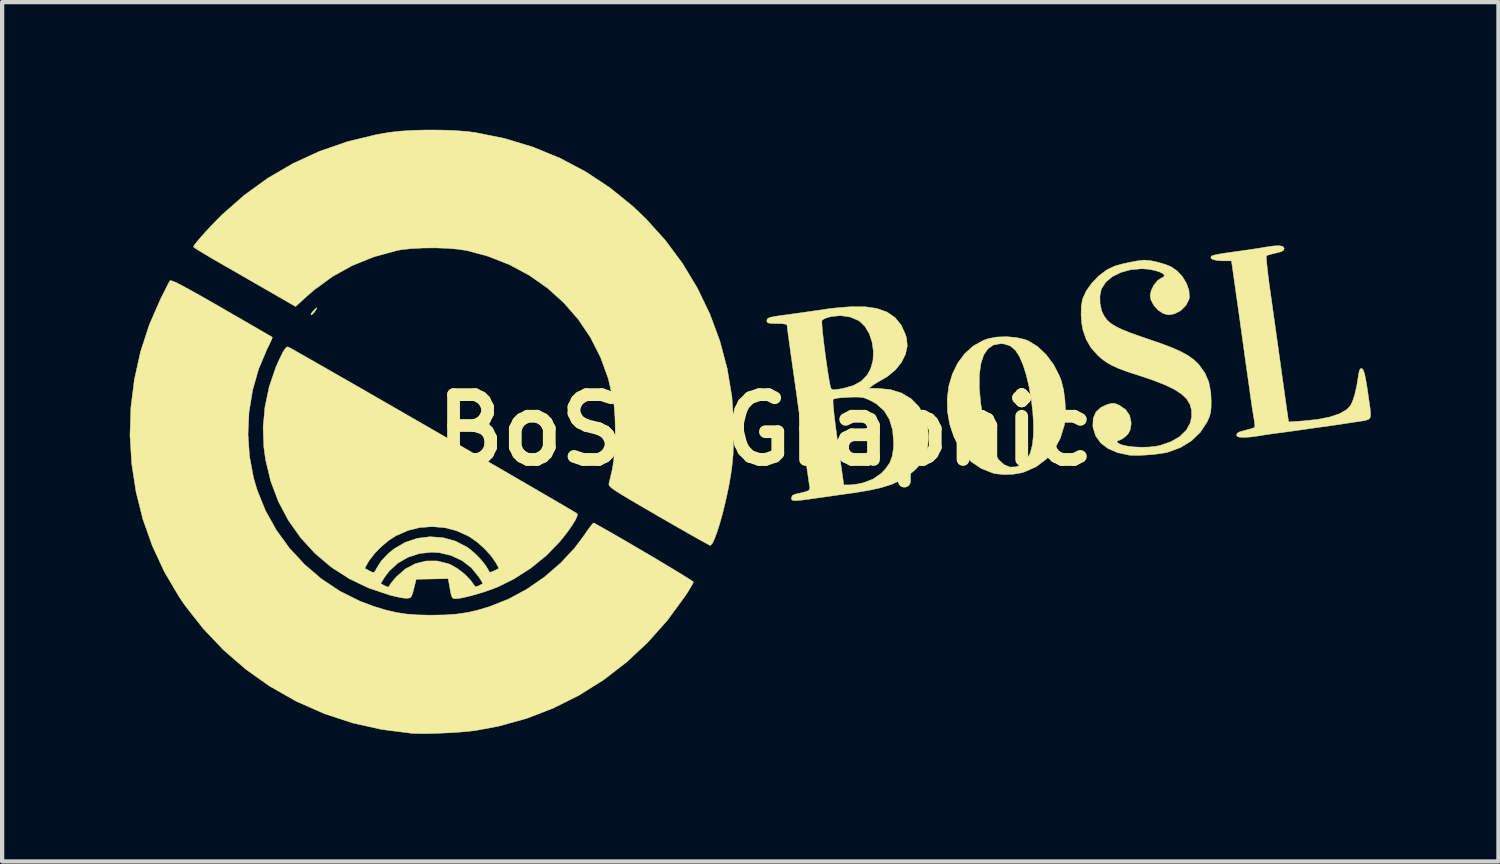
<source format=kicad_pcb>
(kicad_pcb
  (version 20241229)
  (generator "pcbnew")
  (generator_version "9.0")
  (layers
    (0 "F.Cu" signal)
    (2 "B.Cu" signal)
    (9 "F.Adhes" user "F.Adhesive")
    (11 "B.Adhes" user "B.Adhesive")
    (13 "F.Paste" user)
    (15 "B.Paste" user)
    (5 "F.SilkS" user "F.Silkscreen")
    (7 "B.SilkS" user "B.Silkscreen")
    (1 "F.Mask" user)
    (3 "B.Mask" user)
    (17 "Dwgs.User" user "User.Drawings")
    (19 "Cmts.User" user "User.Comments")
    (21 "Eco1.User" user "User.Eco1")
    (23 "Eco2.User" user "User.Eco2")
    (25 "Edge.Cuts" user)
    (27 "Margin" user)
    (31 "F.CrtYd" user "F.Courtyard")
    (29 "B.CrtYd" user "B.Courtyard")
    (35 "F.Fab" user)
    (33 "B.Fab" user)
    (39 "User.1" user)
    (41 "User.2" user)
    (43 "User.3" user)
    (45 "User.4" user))
  (footprint "BoSL_Graphic"
    (layer "F.Cu")
    (at 14.94 7.06)
    (property "Reference" "BoSL_Graphic" (at 0 0 0) (layer "F.SilkS") (effects (font (size 1.524 1.524) (thickness 0.3))))
    (attr through_hole)
    (fp_poly (pts (xy -10.55 -2.854) (xy -10.585 -2.796) (xy -10.586 -2.794) (xy -10.637 -2.733) (xy -10.678 -2.709) (xy -10.682 -2.73) (xy -10.646 -2.781) (xy -10.634 -2.794) (xy -10.578 -2.851) (xy -10.544 -2.878) (xy -10.543 -2.879) (xy -10.55 -2.854)) (stroke (width 0.01) (type solid)) (fill yes) (layer "F.SilkS"))
    (fp_poly (pts (xy 5.894 -2.177) (xy 6.096 -2.132) (xy 6.178 -2.1) (xy 6.398 -1.965) (xy 6.599 -1.774) (xy 6.774 -1.54) (xy 6.911 -1.273) (xy 6.957 -1.151) (xy 7.006 -0.954) (xy 7.038 -0.723) (xy 7.052 -0.484) (xy 7.046 -0.263) (xy 7.027 -0.121) (xy 6.931 0.191) (xy 6.787 0.461) (xy 6.596 0.686) (xy 6.362 0.86) (xy 6.088 0.982) (xy 6.016 1.003) (xy 5.821 1.037) (xy 5.609 1.044) (xy 5.413 1.025) (xy 5.351 1.011) (xy 5.072 0.901) (xy 4.831 0.737) (xy 4.633 0.523) (xy 4.585 0.454) (xy 4.433 0.165) (xy 4.331 -0.137) (xy 4.278 -0.445) (xy 4.273 -0.75) (xy 4.307 -1.002) (xy 5.027 -1.002) (xy 5.058 -0.643) (xy 5.1 -0.361) (xy 5.172 -0.015) (xy 5.261 0.278) (xy 5.364 0.514) (xy 5.48 0.692) (xy 5.609 0.811) (xy 5.747 0.868) (xy 5.893 0.862) (xy 6.046 0.79) (xy 6.06 0.78) (xy 6.145 0.688) (xy 6.219 0.548) (xy 6.229 0.523) (xy 6.276 0.34) (xy 6.299 0.11) (xy 6.3 -0.152) (xy 6.283 -0.436) (xy 6.248 -0.728) (xy 6.197 -1.016) (xy 6.133 -1.288) (xy 6.057 -1.53) (xy 5.97 -1.731) (xy 5.876 -1.877) (xy 5.871 -1.883) (xy 5.75 -1.982) (xy 5.603 -2.027) (xy 5.521 -2.032) (xy 5.36 -2.002) (xy 5.23 -1.913) (xy 5.131 -1.767) (xy 5.064 -1.566) (xy 5.03 -1.31) (xy 5.027 -1.002) (xy 4.307 -1.002) (xy 4.312 -1.046) (xy 4.396 -1.324) (xy 4.52 -1.577) (xy 4.684 -1.798) (xy 4.885 -1.978) (xy 5.122 -2.11) (xy 5.244 -2.153) (xy 5.442 -2.189) (xy 5.668 -2.197) (xy 5.894 -2.177)) (stroke (width 0.01) (type solid)) (fill yes) (layer "F.SilkS"))
    (fp_poly (pts (xy -7.634 -7.053) (xy -7.309 -7.042) (xy -7.017 -7.02) (xy -6.824 -6.996) (xy -6.13 -6.856) (xy -5.464 -6.654) (xy -4.826 -6.392) (xy -4.221 -6.072) (xy -3.65 -5.694) (xy -3.115 -5.26) (xy -2.816 -4.975) (xy -2.355 -4.466) (xy -1.949 -3.919) (xy -1.599 -3.339) (xy -1.306 -2.731) (xy -1.072 -2.1) (xy -0.899 -1.45) (xy -0.788 -0.786) (xy -0.741 -0.112) (xy -0.759 0.567) (xy -0.782 0.806) (xy -0.811 1.028) (xy -0.852 1.268) (xy -0.902 1.515) (xy -0.958 1.76) (xy -1.017 1.995) (xy -1.078 2.211) (xy -1.138 2.399) (xy -1.194 2.55) (xy -1.244 2.655) (xy -1.287 2.705) (xy -1.298 2.708) (xy -1.335 2.691) (xy -1.424 2.643) (xy -1.559 2.569) (xy -1.733 2.471) (xy -1.939 2.354) (xy -2.172 2.221) (xy -2.425 2.075) (xy -2.517 2.022) (xy -2.811 1.851) (xy -3.052 1.71) (xy -3.244 1.597) (xy -3.393 1.507) (xy -3.505 1.436) (xy -3.584 1.382) (xy -3.636 1.341) (xy -3.665 1.31) (xy -3.678 1.285) (xy -3.679 1.262) (xy -3.677 1.253) (xy -3.659 1.176) (xy -3.632 1.06) (xy -3.605 0.948) (xy -3.571 0.757) (xy -3.547 0.518) (xy -3.533 0.249) (xy -3.529 -0.03) (xy -3.536 -0.3) (xy -3.554 -0.544) (xy -3.572 -0.682) (xy -3.693 -1.211) (xy -3.874 -1.709) (xy -4.11 -2.175) (xy -4.399 -2.604) (xy -4.738 -2.993) (xy -5.123 -3.34) (xy -5.552 -3.64) (xy -6.02 -3.891) (xy -6.526 -4.089) (xy -7.012 -4.22) (xy -7.223 -4.253) (xy -7.479 -4.274) (xy -7.76 -4.284) (xy -8.047 -4.281) (xy -8.319 -4.267) (xy -8.555 -4.241) (xy -8.66 -4.222) (xy -9.203 -4.073) (xy -9.707 -3.87) (xy -10.175 -3.611) (xy -10.611 -3.293) (xy -10.796 -3.131) (xy -11.043 -2.905) (xy -11.643 -3.251) (xy -11.882 -3.388) (xy -12.154 -3.545) (xy -12.434 -3.706) (xy -12.697 -3.857) (xy -12.843 -3.941) (xy -13.024 -4.045) (xy -13.183 -4.14) (xy -13.312 -4.218) (xy -13.401 -4.275) (xy -13.442 -4.306) (xy -13.444 -4.309) (xy -13.422 -4.349) (xy -13.361 -4.429) (xy -13.269 -4.537) (xy -13.154 -4.665) (xy -13.025 -4.804) (xy -12.891 -4.943) (xy -12.765 -5.069) (xy -12.247 -5.524) (xy -11.692 -5.925) (xy -11.101 -6.269) (xy -10.478 -6.555) (xy -9.825 -6.781) (xy -9.146 -6.946) (xy -8.856 -6.997) (xy -8.601 -7.026) (xy -8.299 -7.046) (xy -7.97 -7.055) (xy -7.634 -7.053)) (stroke (width 0.01) (type solid)) (fill yes) (layer "F.SilkS"))
    (fp_poly (pts (xy -13.913 -3.496) (xy -13.819 -3.453) (xy -13.684 -3.383) (xy -13.504 -3.285) (xy -13.276 -3.158) (xy -12.997 -2.998) (xy -12.782 -2.875) (xy -12.525 -2.726) (xy -12.286 -2.588) (xy -12.072 -2.465) (xy -11.89 -2.359) (xy -11.745 -2.275) (xy -11.644 -2.217) (xy -11.594 -2.187) (xy -11.589 -2.184) (xy -11.598 -2.151) (xy -11.632 -2.073) (xy -11.685 -1.963) (xy -11.712 -1.909) (xy -11.911 -1.438) (xy -12.053 -0.94) (xy -12.137 -0.425) (xy -12.161 0.097) (xy -12.126 0.616) (xy -12.03 1.124) (xy -11.947 1.405) (xy -11.75 1.893) (xy -11.494 2.351) (xy -11.186 2.775) (xy -10.831 3.158) (xy -10.434 3.497) (xy -9.999 3.786) (xy -9.532 4.019) (xy -9.201 4.143) (xy -8.932 4.225) (xy -8.69 4.283) (xy -8.451 4.32) (xy -8.193 4.341) (xy -7.893 4.348) (xy -7.84 4.348) (xy -7.523 4.342) (xy -7.25 4.322) (xy -6.998 4.285) (xy -6.747 4.226) (xy -6.478 4.145) (xy -6.032 3.967) (xy -5.598 3.732) (xy -5.187 3.447) (xy -4.81 3.121) (xy -4.478 2.763) (xy -4.255 2.464) (xy -4.172 2.343) (xy -4.102 2.249) (xy -4.053 2.191) (xy -4.035 2.18) (xy -3.868 2.273) (xy -3.671 2.384) (xy -3.454 2.509) (xy -3.222 2.644) (xy -2.984 2.783) (xy -2.746 2.923) (xy -2.515 3.06) (xy -2.3 3.189) (xy -2.106 3.306) (xy -1.941 3.406) (xy -1.813 3.486) (xy -1.728 3.541) (xy -1.694 3.568) (xy -1.693 3.568) (xy -1.711 3.612) (xy -1.759 3.697) (xy -1.829 3.811) (xy -1.888 3.901) (xy -2.304 4.469) (xy -2.765 4.988) (xy -3.267 5.456) (xy -3.806 5.871) (xy -4.38 6.231) (xy -4.986 6.534) (xy -5.619 6.778) (xy -6.278 6.96) (xy -6.809 7.059) (xy -6.994 7.081) (xy -7.221 7.1) (xy -7.47 7.115) (xy -7.723 7.126) (xy -7.963 7.132) (xy -8.17 7.131) (xy -8.314 7.125) (xy -9.019 7.035) (xy -9.701 6.883) (xy -10.361 6.666) (xy -11.002 6.384) (xy -11.057 6.356) (xy -11.653 6.017) (xy -12.212 5.621) (xy -12.73 5.173) (xy -13.205 4.675) (xy -13.633 4.131) (xy -13.783 3.912) (xy -14.126 3.331) (xy -14.408 2.724) (xy -14.631 2.095) (xy -14.793 1.449) (xy -14.894 0.792) (xy -14.935 0.13) (xy -14.914 -0.534) (xy -14.831 -1.194) (xy -14.687 -1.843) (xy -14.48 -2.479) (xy -14.226 -3.061) (xy -14.149 -3.216) (xy -14.081 -3.351) (xy -14.029 -3.453) (xy -13.998 -3.509) (xy -13.995 -3.514) (xy -13.971 -3.516) (xy -13.913 -3.496)) (stroke (width 0.01) (type solid)) (fill yes) (layer "F.SilkS"))
    (fp_poly (pts (xy 12.163 -4.317) (xy 12.192 -4.275) (xy 12.192 -4.27) (xy 12.178 -4.229) (xy 12.128 -4.198) (xy 12.027 -4.169) (xy 11.997 -4.163) (xy 11.888 -4.136) (xy 11.806 -4.112) (xy 11.776 -4.098) (xy 11.773 -4.059) (xy 11.779 -3.963) (xy 11.794 -3.819) (xy 11.815 -3.635) (xy 11.842 -3.423) (xy 11.867 -3.248) (xy 11.905 -2.98) (xy 11.949 -2.665) (xy 11.997 -2.324) (xy 12.046 -1.976) (xy 12.092 -1.644) (xy 12.123 -1.422) (xy 12.159 -1.164) (xy 12.193 -0.923) (xy 12.223 -0.708) (xy 12.248 -0.53) (xy 12.267 -0.397) (xy 12.279 -0.319) (xy 12.28 -0.308) (xy 12.298 -0.194) (xy 12.626 -0.216) (xy 12.974 -0.252) (xy 13.264 -0.309) (xy 13.493 -0.386) (xy 13.66 -0.482) (xy 13.746 -0.57) (xy 13.8 -0.677) (xy 13.852 -0.839) (xy 13.898 -1.042) (xy 13.936 -1.272) (xy 13.937 -1.28) (xy 13.956 -1.388) (xy 13.98 -1.44) (xy 14.014 -1.45) (xy 14.038 -1.434) (xy 14.061 -1.391) (xy 14.084 -1.313) (xy 14.109 -1.194) (xy 14.138 -1.026) (xy 14.171 -0.8) (xy 14.186 -0.694) (xy 14.212 -0.515) (xy 14.224 -0.39) (xy 14.219 -0.31) (xy 14.19 -0.263) (xy 14.132 -0.236) (xy 14.041 -0.218) (xy 13.962 -0.206) (xy 13.631 -0.156) (xy 13.307 -0.108) (xy 13.022 -0.068) (xy 12.858 -0.045) (xy 12.689 -0.021) (xy 12.549 -0.001) (xy 12.548 -0.00028) (xy 12.415 0.018) (xy 12.248 0.041) (xy 12.076 0.064) (xy 12.04 0.068) (xy 11.879 0.09) (xy 11.723 0.113) (xy 11.598 0.134) (xy 11.572 0.138) (xy 11.431 0.158) (xy 11.28 0.169) (xy 11.242 0.169) (xy 11.14 0.165) (xy 11.089 0.149) (xy 11.075 0.114) (xy 11.074 0.109) (xy 11.091 0.069) (xy 11.149 0.038) (xy 11.261 0.007) (xy 11.278 0.003) (xy 11.388 -0.025) (xy 11.468 -0.052) (xy 11.499 -0.069) (xy 11.502 -0.116) (xy 11.494 -0.204) (xy 11.484 -0.26) (xy 11.464 -0.376) (xy 11.44 -0.528) (xy 11.418 -0.684) (xy 11.416 -0.694) (xy 11.394 -0.852) (xy 11.367 -1.045) (xy 11.339 -1.24) (xy 11.328 -1.321) (xy 11.301 -1.504) (xy 11.274 -1.696) (xy 11.251 -1.867) (xy 11.242 -1.93) (xy 11.228 -2.034) (xy 11.206 -2.192) (xy 11.178 -2.393) (xy 11.146 -2.624) (xy 11.111 -2.873) (xy 11.081 -3.082) (xy 10.954 -3.979) (xy 10.745 -3.979) (xy 10.611 -3.988) (xy 10.516 -4.012) (xy 10.468 -4.046) (xy 10.478 -4.087) (xy 10.483 -4.092) (xy 10.53 -4.11) (xy 10.626 -4.131) (xy 10.754 -4.154) (xy 10.803 -4.161) (xy 11.075 -4.199) (xy 11.291 -4.23) (xy 11.462 -4.255) (xy 11.6 -4.276) (xy 11.715 -4.295) (xy 11.754 -4.302) (xy 11.948 -4.33) (xy 12.083 -4.335) (xy 12.163 -4.317)) (stroke (width 0.01) (type solid)) (fill yes) (layer "F.SilkS"))
    (fp_poly (pts (xy 9.053 -3.983) (xy 9.223 -3.947) (xy 9.394 -3.897) (xy 9.527 -3.845) (xy 9.674 -3.746) (xy 9.801 -3.609) (xy 9.897 -3.449) (xy 9.955 -3.282) (xy 9.965 -3.124) (xy 9.955 -3.073) (xy 9.882 -2.929) (xy 9.762 -2.81) (xy 9.613 -2.733) (xy 9.475 -2.709) (xy 9.352 -2.74) (xy 9.231 -2.82) (xy 9.129 -2.933) (xy 9.061 -3.061) (xy 9.043 -3.162) (xy 9.066 -3.28) (xy 9.128 -3.405) (xy 9.211 -3.51) (xy 9.286 -3.564) (xy 9.352 -3.6) (xy 9.381 -3.627) (xy 9.381 -3.628) (xy 9.35 -3.674) (xy 9.266 -3.718) (xy 9.145 -3.755) (xy 9.001 -3.782) (xy 8.85 -3.793) (xy 8.835 -3.793) (xy 8.583 -3.77) (xy 8.354 -3.707) (xy 8.156 -3.609) (xy 8.002 -3.481) (xy 7.902 -3.329) (xy 7.893 -3.308) (xy 7.862 -3.156) (xy 7.865 -2.979) (xy 7.901 -2.811) (xy 7.921 -2.76) (xy 7.972 -2.666) (xy 8.034 -2.584) (xy 8.117 -2.51) (xy 8.227 -2.44) (xy 8.373 -2.369) (xy 8.563 -2.292) (xy 8.805 -2.205) (xy 9.014 -2.134) (xy 9.322 -2.028) (xy 9.571 -1.932) (xy 9.772 -1.842) (xy 9.933 -1.753) (xy 10.062 -1.661) (xy 10.168 -1.562) (xy 10.19 -1.537) (xy 10.33 -1.344) (xy 10.421 -1.13) (xy 10.468 -0.883) (xy 10.477 -0.694) (xy 10.475 -0.537) (xy 10.464 -0.424) (xy 10.44 -0.329) (xy 10.399 -0.23) (xy 10.381 -0.194) (xy 10.224 0.048) (xy 10.014 0.25) (xy 9.758 0.408) (xy 9.46 0.518) (xy 9.439 0.523) (xy 9.312 0.547) (xy 9.145 0.568) (xy 8.961 0.584) (xy 8.782 0.593) (xy 8.63 0.593) (xy 8.551 0.588) (xy 8.277 0.529) (xy 8.052 0.432) (xy 7.878 0.299) (xy 7.76 0.132) (xy 7.7 -0.065) (xy 7.696 -0.097) (xy 7.704 -0.281) (xy 7.77 -0.428) (xy 7.892 -0.539) (xy 8.045 -0.607) (xy 8.145 -0.631) (xy 8.223 -0.625) (xy 8.315 -0.587) (xy 8.466 -0.484) (xy 8.561 -0.347) (xy 8.595 -0.181) (xy 8.593 -0.121) (xy 8.571 -0.000261) (xy 8.526 0.085) (xy 8.47 0.142) (xy 8.392 0.202) (xy 8.327 0.235) (xy 8.314 0.237) (xy 8.269 0.253) (xy 8.263 0.265) (xy 8.295 0.31) (xy 8.381 0.347) (xy 8.509 0.375) (xy 8.666 0.394) (xy 8.838 0.401) (xy 9.014 0.397) (xy 9.18 0.379) (xy 9.281 0.358) (xy 9.534 0.27) (xy 9.74 0.15) (xy 9.892 0.001) (xy 9.987 -0.173) (xy 10.017 -0.317) (xy 10.015 -0.471) (xy 9.978 -0.608) (xy 9.901 -0.733) (xy 9.781 -0.848) (xy 9.612 -0.958) (xy 9.39 -1.065) (xy 9.11 -1.174) (xy 8.768 -1.289) (xy 8.76 -1.291) (xy 8.506 -1.374) (xy 8.306 -1.448) (xy 8.146 -1.52) (xy 8.015 -1.595) (xy 7.9 -1.68) (xy 7.815 -1.755) (xy 7.653 -1.936) (xy 7.537 -2.137) (xy 7.463 -2.354) (xy 7.432 -2.524) (xy 7.419 -2.718) (xy 7.425 -2.907) (xy 7.449 -3.063) (xy 7.454 -3.079) (xy 7.538 -3.268) (xy 7.671 -3.456) (xy 7.837 -3.627) (xy 8.021 -3.766) (xy 8.206 -3.856) (xy 8.227 -3.863) (xy 8.399 -3.909) (xy 8.579 -3.949) (xy 8.746 -3.979) (xy 8.879 -3.995) (xy 8.914 -3.996) (xy 9.053 -3.983)) (stroke (width 0.01) (type solid)) (fill yes) (layer "F.SilkS"))
    (fp_poly (pts (xy -11.219 -1.956) (xy -11.182 -1.937) (xy -11.092 -1.887) (xy -10.952 -1.808) (xy -10.767 -1.703) (xy -10.542 -1.575) (xy -10.28 -1.425) (xy -9.987 -1.257) (xy -9.667 -1.074) (xy -9.325 -0.877) (xy -8.964 -0.669) (xy -8.59 -0.454) (xy -8.207 -0.233) (xy -7.819 -0.01) (xy -7.432 0.214) (xy -7.049 0.435) (xy -6.675 0.651) (xy -6.314 0.86) (xy -5.972 1.058) (xy -5.652 1.244) (xy -5.359 1.414) (xy -5.098 1.566) (xy -4.873 1.697) (xy -4.688 1.805) (xy -4.549 1.888) (xy -4.459 1.942) (xy -4.423 1.964) (xy -4.423 1.965) (xy -4.422 2.011) (xy -4.46 2.099) (xy -4.532 2.22) (xy -4.632 2.365) (xy -4.755 2.525) (xy -4.844 2.633) (xy -5.155 2.952) (xy -5.515 3.244) (xy -5.909 3.496) (xy -6.282 3.681) (xy -6.44 3.743) (xy -6.623 3.806) (xy -6.814 3.863) (xy -6.996 3.912) (xy -7.152 3.946) (xy -7.264 3.962) (xy -7.28 3.962) (xy -7.329 3.958) (xy -7.36 3.936) (xy -7.383 3.88) (xy -7.405 3.778) (xy -7.414 3.726) (xy -7.456 3.49) (xy -8.209 3.505) (xy -8.263 3.725) (xy -8.294 3.843) (xy -8.322 3.91) (xy -8.356 3.941) (xy -8.407 3.952) (xy -8.417 3.953) (xy -8.495 3.948) (xy -8.616 3.927) (xy -8.759 3.895) (xy -8.822 3.879) (xy -9.321 3.712) (xy -9.547 3.604) (xy -9.043 3.604) (xy -8.967 3.647) (xy -8.883 3.685) (xy -8.845 3.681) (xy -8.839 3.66) (xy -8.818 3.622) (xy -8.761 3.549) (xy -8.682 3.457) (xy -8.671 3.445) (xy -8.462 3.262) (xy -8.228 3.138) (xy -7.977 3.075) (xy -7.717 3.074) (xy -7.458 3.138) (xy -7.392 3.165) (xy -7.232 3.257) (xy -7.072 3.382) (xy -6.935 3.52) (xy -6.852 3.636) (xy -6.82 3.677) (xy -6.777 3.675) (xy -6.727 3.652) (xy -6.637 3.604) (xy -6.737 3.448) (xy -6.91 3.235) (xy -7.13 3.066) (xy -7.385 2.946) (xy -7.665 2.88) (xy -7.84 2.869) (xy -8.13 2.9) (xy -8.401 2.988) (xy -8.643 3.128) (xy -8.846 3.315) (xy -8.944 3.447) (xy -9.043 3.604) (xy -9.547 3.604) (xy -9.784 3.49) (xy -10.159 3.248) (xy -9.417 3.248) (xy -9.323 3.299) (xy -9.242 3.339) (xy -9.198 3.343) (xy -9.167 3.304) (xy -9.149 3.265) (xy -9.032 3.078) (xy -8.857 2.894) (xy -8.726 2.788) (xy -8.464 2.636) (xy -8.179 2.541) (xy -7.881 2.505) (xy -7.581 2.527) (xy -7.291 2.606) (xy -7.022 2.744) (xy -6.937 2.804) (xy -6.811 2.913) (xy -6.688 3.04) (xy -6.584 3.17) (xy -6.512 3.283) (xy -6.496 3.323) (xy -6.464 3.34) (xy -6.391 3.314) (xy -6.373 3.305) (xy -6.263 3.248) (xy -6.34 3.109) (xy -6.449 2.953) (xy -6.599 2.788) (xy -6.77 2.635) (xy -6.942 2.513) (xy -6.994 2.484) (xy -7.266 2.362) (xy -7.531 2.293) (xy -7.815 2.269) (xy -7.84 2.269) (xy -8.127 2.289) (xy -8.393 2.355) (xy -8.663 2.472) (xy -8.686 2.484) (xy -8.854 2.592) (xy -9.028 2.738) (xy -9.187 2.9) (xy -9.311 3.061) (xy -9.34 3.109) (xy -9.417 3.248) (xy -10.159 3.248) (xy -10.208 3.216) (xy -10.589 2.894) (xy -10.925 2.527) (xy -11.212 2.12) (xy -11.447 1.677) (xy -11.627 1.2) (xy -11.748 0.694) (xy -11.789 0.398) (xy -11.806 -0.066) (xy -11.763 -0.542) (xy -11.664 -1.015) (xy -11.51 -1.471) (xy -11.429 -1.654) (xy -11.356 -1.802) (xy -11.303 -1.896) (xy -11.262 -1.945) (xy -11.227 -1.957) (xy -11.219 -1.956)) (stroke (width 0.01) (type solid)) (fill yes) (layer "F.SilkS"))
    (fp_poly (pts (xy 2.622 -2.86) (xy 2.857 -2.776) (xy 3.046 -2.647) (xy 3.19 -2.471) (xy 3.292 -2.248) (xy 3.317 -2.165) (xy 3.334 -1.976) (xy 3.291 -1.781) (xy 3.195 -1.589) (xy 3.052 -1.413) (xy 2.868 -1.261) (xy 2.772 -1.204) (xy 2.659 -1.14) (xy 2.558 -1.078) (xy 2.51 -1.044) (xy 2.429 -0.982) (xy 2.645 -0.982) (xy 2.942 -0.953) (xy 3.205 -0.87) (xy 3.427 -0.736) (xy 3.605 -0.555) (xy 3.735 -0.332) (xy 3.813 -0.07) (xy 3.834 0.171) (xy 3.808 0.434) (xy 3.724 0.664) (xy 3.58 0.868) (xy 3.488 0.959) (xy 3.331 1.084) (xy 3.158 1.189) (xy 2.959 1.276) (xy 2.724 1.35) (xy 2.445 1.413) (xy 2.11 1.469) (xy 1.981 1.487) (xy 1.842 1.506) (xy 1.658 1.532) (xy 1.454 1.561) (xy 1.252 1.59) (xy 1.24 1.592) (xy 1.02 1.623) (xy 0.858 1.644) (xy 0.745 1.655) (xy 0.673 1.655) (xy 0.632 1.645) (xy 0.614 1.626) (xy 0.61 1.596) (xy 0.61 1.592) (xy 0.638 1.532) (xy 0.703 1.504) (xy 0.859 1.469) (xy 0.96 1.442) (xy 1.018 1.417) (xy 1.042 1.389) (xy 1.044 1.351) (xy 1.037 1.31) (xy 1.027 1.251) (xy 1.01 1.134) (xy 0.986 0.967) (xy 0.956 0.76) (xy 0.923 0.522) (xy 0.886 0.261) (xy 0.864 0.102) (xy 0.821 -0.207) (xy 0.775 -0.533) (xy 0.754 -0.682) (xy 1.588 -0.682) (xy 1.594 -0.57) (xy 1.612 -0.391) (xy 1.641 -0.145) (xy 1.683 0.167) (xy 1.701 0.296) (xy 1.842 1.287) (xy 1.979 1.287) (xy 2.096 1.277) (xy 2.233 1.253) (xy 2.294 1.239) (xy 2.528 1.151) (xy 2.721 1.017) (xy 2.822 0.912) (xy 2.922 0.767) (xy 2.983 0.605) (xy 3.011 0.406) (xy 3.014 0.289) (xy 2.989 -0.004) (xy 2.915 -0.251) (xy 2.791 -0.454) (xy 2.615 -0.613) (xy 2.501 -0.68) (xy 2.4 -0.728) (xy 2.318 -0.759) (xy 2.233 -0.774) (xy 2.125 -0.778) (xy 1.971 -0.774) (xy 1.961 -0.773) (xy 1.815 -0.765) (xy 1.695 -0.753) (xy 1.616 -0.737) (xy 1.595 -0.728) (xy 1.588 -0.682) (xy 0.754 -0.682) (xy 0.73 -0.86) (xy 0.686 -1.171) (xy 0.646 -1.45) (xy 0.614 -1.681) (xy 0.609 -1.712) (xy 0.579 -1.926) (xy 0.553 -2.118) (xy 0.531 -2.277) (xy 0.516 -2.394) (xy 0.509 -2.458) (xy 0.508 -2.466) (xy 0.478 -2.49) (xy 0.386 -2.503) (xy 0.271 -2.506) (xy 0.146 -2.508) (xy 0.075 -2.517) (xy 0.057 -2.527) (xy 1.326 -2.527) (xy 1.333 -2.421) (xy 1.347 -2.273) (xy 1.367 -2.094) (xy 1.392 -1.896) (xy 1.419 -1.691) (xy 1.448 -1.492) (xy 1.475 -1.309) (xy 1.501 -1.156) (xy 1.523 -1.043) (xy 1.54 -0.984) (xy 1.541 -0.981) (xy 1.565 -0.958) (xy 1.609 -0.95) (xy 1.689 -0.958) (xy 1.818 -0.98) (xy 1.827 -0.982) (xy 2.067 -1.049) (xy 2.254 -1.152) (xy 2.392 -1.295) (xy 2.471 -1.437) (xy 2.527 -1.635) (xy 2.538 -1.849) (xy 2.508 -2.064) (xy 2.442 -2.265) (xy 2.342 -2.435) (xy 2.213 -2.561) (xy 2.193 -2.574) (xy 1.993 -2.659) (xy 1.769 -2.692) (xy 1.542 -2.67) (xy 1.538 -2.669) (xy 1.431 -2.637) (xy 1.354 -2.602) (xy 1.328 -2.577) (xy 1.326 -2.527) (xy 0.057 -2.527) (xy 0.042 -2.536) (xy 0.034 -2.569) (xy 0.034 -2.571) (xy 0.04 -2.605) (xy 0.066 -2.632) (xy 0.122 -2.653) (xy 0.219 -2.673) (xy 0.368 -2.695) (xy 0.457 -2.707) (xy 0.72 -2.743) (xy 1.007 -2.783) (xy 1.283 -2.823) (xy 1.439 -2.847) (xy 1.563 -2.863) (xy 1.728 -2.879) (xy 1.908 -2.894) (xy 2.003 -2.9) (xy 2.338 -2.901) (xy 2.622 -2.86)) (stroke (width 0.01) (type solid)) (fill yes) (layer "F.SilkS")))
  (gr_rect
    (start -3 -3)
    (end 32.169 17.197)
    (stroke (width 0.1) (type default))
    (fill no)
    (layer "Edge.Cuts")))
</source>
